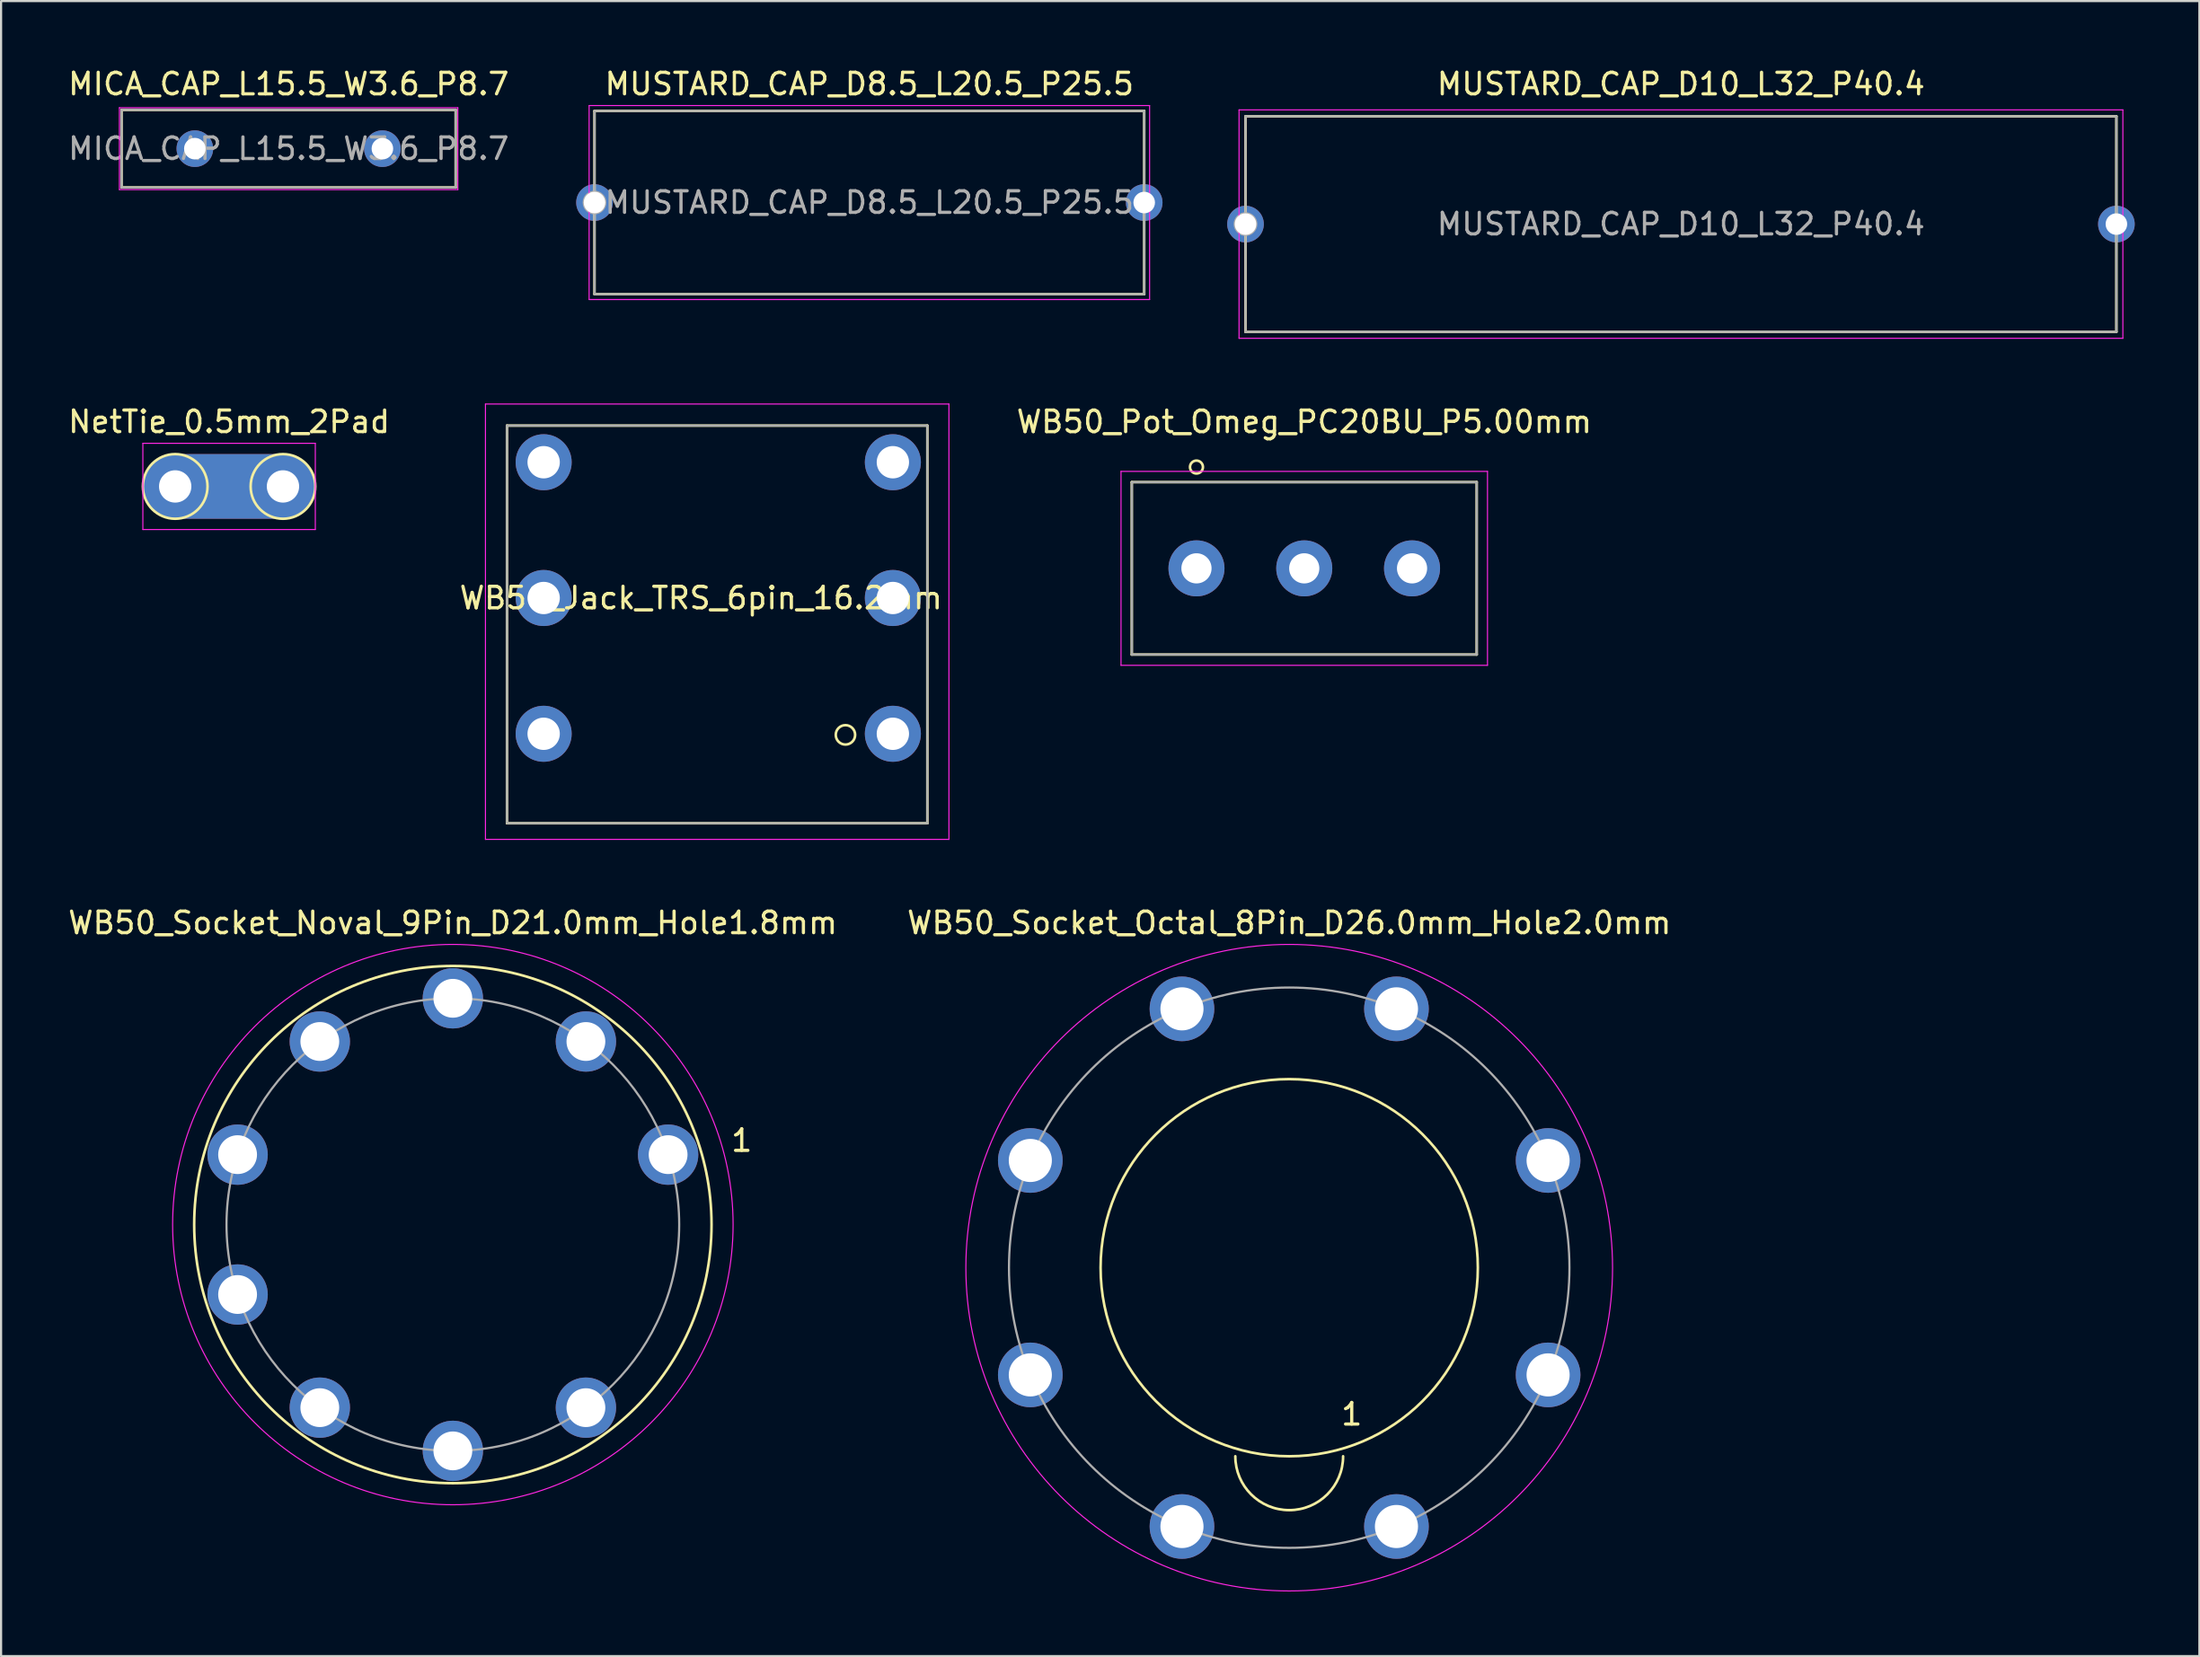
<source format=kicad_pcb>
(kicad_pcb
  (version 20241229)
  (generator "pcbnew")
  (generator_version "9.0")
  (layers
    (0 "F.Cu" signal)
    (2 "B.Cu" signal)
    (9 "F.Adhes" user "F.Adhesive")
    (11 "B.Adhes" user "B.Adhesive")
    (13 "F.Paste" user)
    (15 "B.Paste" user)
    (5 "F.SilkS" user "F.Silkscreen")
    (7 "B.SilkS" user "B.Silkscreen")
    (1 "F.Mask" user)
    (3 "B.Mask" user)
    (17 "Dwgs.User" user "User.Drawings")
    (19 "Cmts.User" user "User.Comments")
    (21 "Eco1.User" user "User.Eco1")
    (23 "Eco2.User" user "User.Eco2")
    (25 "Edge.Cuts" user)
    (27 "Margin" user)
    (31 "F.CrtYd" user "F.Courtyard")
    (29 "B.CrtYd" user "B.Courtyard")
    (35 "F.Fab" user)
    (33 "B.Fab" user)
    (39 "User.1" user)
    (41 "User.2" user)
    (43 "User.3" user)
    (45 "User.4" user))
  (footprint "WB50_Socket_Octal_8Pin_D26.0mm_Hole2.0mm"
    (layer "F.Cu")
    (at 56.756 55.772)
    (property "Reference" "WB50_Socket_Octal_8Pin_D26.0mm_Hole2.0mm" (at 0 -16 0) (layer "F.SilkS") (effects (font (size 1 1) (thickness 0.15))))
    (attr through_hole)
    (fp_arc (start 2.5 8.75) (mid 0 11.25) (end -2.5 8.75) (stroke (width 0.12) (type solid)) (layer "F.SilkS"))
    (fp_circle (center 0 0) (end 8.75 0) (stroke (width 0.12) (type solid)) (fill no) (layer "F.SilkS"))
    (fp_circle (center 0 0) (end 15 0) (stroke (width 0.05) (type solid)) (fill no) (layer "F.CrtYd"))
    (fp_circle (center 0 0) (end 13 0) (stroke (width 0.1) (type solid)) (fill no) (layer "F.Fab"))
    (fp_text user "1" (at 2.9 6.8 0) (layer "F.SilkS") (effects (font (size 1 1) (thickness 0.15))))
    (pad "1" thru_hole circle (at 4.975 12.01) (size 3 3) (drill 2) (layers "*.Cu" "*.Mask"))
    (pad "2" thru_hole circle (at 12.01 4.975) (size 3 3) (drill 2) (layers "*.Cu" "*.Mask"))
    (pad "3" thru_hole circle (at 12.01 -4.975) (size 3 3) (drill 2) (layers "*.Cu" "*.Mask"))
    (pad "4" thru_hole circle (at 4.975 -12.01) (size 3 3) (drill 2) (layers "*.Cu" "*.Mask"))
    (pad "5" thru_hole circle (at -4.975 -12.01) (size 3 3) (drill 2) (layers "*.Cu" "*.Mask"))
    (pad "6" thru_hole circle (at -12.01 -4.975) (size 3 3) (drill 2) (layers "*.Cu" "*.Mask"))
    (pad "7" thru_hole circle (at -12.01 4.975) (size 3 3) (drill 2) (layers "*.Cu" "*.Mask"))
    (pad "8" thru_hole circle (at -4.975 12.01) (size 3 3) (drill 2) (layers "*.Cu" "*.Mask")))
  (footprint "WB50_Jack_TRS_6pin_16.2mm"
    (layer "F.Cu")
    (at 30.27 24.698)
    (property "Reference" "WB50_Jack_TRS_6pin_16.2mm" (at -0.8 0 0) (layer "F.SilkS") (effects (font (size 1 1) (thickness 0.15))))
    (attr through_hole)
    (fp_line (start -9.8 -8) (end 9.7 -8) (stroke (width 0.12) (type solid)) (layer "F.SilkS"))
    (fp_line (start -9.8 10.45) (end -9.8 -8) (stroke (width 0.12) (type solid)) (layer "F.SilkS"))
    (fp_line (start 9.7 -8) (end 9.7 10.45) (stroke (width 0.12) (type solid)) (layer "F.SilkS"))
    (fp_line (start 9.7 10.45) (end -9.8 10.45) (stroke (width 0.12) (type solid)) (layer "F.SilkS"))
    (fp_circle (center 5.9 6.35) (end 5.9 5.9) (stroke (width 0.12) (type solid)) (fill no) (layer "F.SilkS"))
    (fp_line (start -10.8 -9) (end 10.7 -9) (stroke (width 0.05) (type solid)) (layer "F.CrtYd"))
    (fp_line (start -10.8 11.2) (end -10.8 -9) (stroke (width 0.05) (type solid)) (layer "F.CrtYd"))
    (fp_line (start 10.7 -9) (end 10.7 11.2) (stroke (width 0.05) (type solid)) (layer "F.CrtYd"))
    (fp_line (start 10.7 11.2) (end -10.8 11.2) (stroke (width 0.05) (type solid)) (layer "F.CrtYd"))
    (fp_line (start -9.8 -8) (end 9.7 -8) (stroke (width 0.1) (type solid)) (layer "F.Fab"))
    (fp_line (start -9.8 10.45) (end -9.8 -8) (stroke (width 0.1) (type solid)) (layer "F.Fab"))
    (fp_line (start 9.7 -8) (end 9.7 10.45) (stroke (width 0.1) (type solid)) (layer "F.Fab"))
    (fp_line (start 9.7 10.45) (end -9.75 10.45) (stroke (width 0.1) (type solid)) (layer "F.Fab"))
    (pad "1" thru_hole circle (at 8.1 6.3 270) (size 2.6 2.6) (drill 1.5) (layers "*.Cu" "*.Mask"))
    (pad "2" thru_hole circle (at 8.1 0 270) (size 2.6 2.6) (drill 1.5) (layers "*.Cu" "*.Mask"))
    (pad "3" thru_hole circle (at 8.1 -6.3 270) (size 2.6 2.6) (drill 1.5) (layers "*.Cu" "*.Mask"))
    (pad "4" thru_hole circle (at -8.1 -6.3 270) (size 2.6 2.6) (drill 1.5) (layers "*.Cu" "*.Mask"))
    (pad "5" thru_hole circle (at -8.1 0 270) (size 2.6 2.6) (drill 1.5) (layers "*.Cu" "*.Mask"))
    (pad "6" thru_hole circle (at -8.1 6.3 270) (size 2.6 2.6) (drill 1.5) (layers "*.Cu" "*.Mask")))
  (footprint "NetTie_0.5mm_2Pad"
    (layer "F.Cu")
    (at 7.577 19.521)
    (property "Reference" "NetTie_0.5mm_2Pad" (at 0 -3 0) (layer "F.SilkS") (effects (font (size 1 1) (thickness 0.15))))
    (attr exclude_from_pos_files exclude_from_bom)
    (fp_line (start -2.5 0) (end 2.5 0) (stroke (width 3) (type solid)) (layer "F.Cu"))
    (fp_line (start -2.5 0) (end 2.5 0) (stroke (width 3) (type solid)) (layer "B.Cu"))
    (fp_circle (center -2.5 0) (end -1 0) (stroke (width 0.12) (type solid)) (fill no) (layer "F.SilkS"))
    (fp_circle (center 2.5 0) (end 4 0) (stroke (width 0.12) (type solid)) (fill no) (layer "F.SilkS"))
    (fp_line (start -4 -2) (end -4 2) (stroke (width 0.05) (type solid)) (layer "F.CrtYd"))
    (fp_line (start -4 2) (end 4 2) (stroke (width 0.05) (type solid)) (layer "F.CrtYd"))
    (fp_line (start 4 -2) (end -4 -2) (stroke (width 0.05) (type solid)) (layer "F.CrtYd"))
    (fp_line (start 4 2) (end 4 -2) (stroke (width 0.05) (type solid)) (layer "F.CrtYd"))
    (pad "1" thru_hole circle (at -2.5 0) (size 3 3) (drill 1.5) (layers "*.Cu" "*.Mask"))
    (pad "2" thru_hole circle (at 2.5 0) (size 3 3) (drill 1.5) (layers "*.Cu" "*.Mask")))
  (footprint "WB50_Pot_Omeg_PC20BU_P5.00mm"
    (layer "F.Cu")
    (at 57.454 23.322)
    (property "Reference" "WB50_Pot_Omeg_PC20BU_P5.00mm" (at 0 -6.8 0) (layer "F.SilkS") (effects (font (size 1 1) (thickness 0.15))))
    (attr through_hole)
    (fp_line (start -8 -4) (end 8 -4) (stroke (width 0.12) (type solid)) (layer "F.SilkS"))
    (fp_line (start -8 4) (end -8 -4) (stroke (width 0.12) (type solid)) (layer "F.SilkS"))
    (fp_line (start 8 -4) (end 8 4) (stroke (width 0.12) (type solid)) (layer "F.SilkS"))
    (fp_line (start 8 4) (end -8 4) (stroke (width 0.12) (type solid)) (layer "F.SilkS"))
    (fp_circle (center -5 -4.7) (end -4.7 -4.7) (stroke (width 0.12) (type solid)) (fill no) (layer "F.SilkS"))
    (fp_line (start -8.5 -4.5) (end 8.5 -4.5) (stroke (width 0.05) (type solid)) (layer "F.CrtYd"))
    (fp_line (start -8.5 4.5) (end -8.5 -4.5) (stroke (width 0.05) (type solid)) (layer "F.CrtYd"))
    (fp_line (start 8.5 -4.5) (end 8.5 4.5) (stroke (width 0.05) (type solid)) (layer "F.CrtYd"))
    (fp_line (start 8.5 4.5) (end -8.5 4.5) (stroke (width 0.05) (type solid)) (layer "F.CrtYd"))
    (fp_line (start -8 -4) (end 8 -4) (stroke (width 0.1) (type solid)) (layer "F.Fab"))
    (fp_line (start -8 4) (end -8 -4) (stroke (width 0.1) (type solid)) (layer "F.Fab"))
    (fp_line (start 8 -4) (end 8 4) (stroke (width 0.1) (type solid)) (layer "F.Fab"))
    (fp_line (start 8 4) (end -8 4) (stroke (width 0.1) (type solid)) (layer "F.Fab"))
    (pad "1" thru_hole circle (at -5 0) (size 2.6 2.6) (drill 1.4) (layers "*.Cu" "*.Mask"))
    (pad "2" thru_hole circle (at 0 0) (size 2.6 2.6) (drill 1.4) (layers "*.Cu" "*.Mask"))
    (pad "3" thru_hole circle (at 5 0) (size 2.6 2.6) (drill 1.4) (layers "*.Cu" "*.Mask")))
  (footprint "MICA_CAP_L15.5_W3.6_P8.7"
    (layer "F.Cu")
    (at 10.339 3.848)
    (property "Reference" "MICA_CAP_L15.5_W3.6_P8.7" (at 0 -3 0) (layer "F.SilkS") (effects (font (size 1 1) (thickness 0.15))))
    (attr through_hole)
    (fp_line (start -7.75 -1.8) (end 7.75 -1.8) (stroke (width 0.12) (type solid)) (layer "F.SilkS"))
    (fp_line (start -7.75 1.8) (end -7.75 -1.8) (stroke (width 0.12) (type solid)) (layer "F.SilkS"))
    (fp_line (start 7.75 -1.8) (end 7.75 1.8) (stroke (width 0.12) (type solid)) (layer "F.SilkS"))
    (fp_line (start 7.75 1.8) (end -7.75 1.8) (stroke (width 0.12) (type solid)) (layer "F.SilkS"))
    (fp_line (start -7.85 -1.9) (end 7.85 -1.9) (stroke (width 0.05) (type solid)) (layer "F.CrtYd"))
    (fp_line (start -7.85 1.9) (end -7.85 -1.9) (stroke (width 0.05) (type solid)) (layer "F.CrtYd"))
    (fp_line (start 7.85 -1.9) (end 7.85 1.9) (stroke (width 0.05) (type solid)) (layer "F.CrtYd"))
    (fp_line (start 7.85 1.9) (end -7.85 1.9) (stroke (width 0.05) (type solid)) (layer "F.CrtYd"))
    (fp_line (start -7.75 -1.8) (end 7.75 -1.8) (stroke (width 0.1) (type solid)) (layer "F.Fab"))
    (fp_line (start -7.75 1.8) (end -7.75 -1.8) (stroke (width 0.1) (type solid)) (layer "F.Fab"))
    (fp_line (start 7.75 -1.8) (end 7.75 1.8) (stroke (width 0.1) (type solid)) (layer "F.Fab"))
    (fp_line (start 7.75 1.8) (end -7.75 1.8) (stroke (width 0.1) (type solid)) (layer "F.Fab"))
    (fp_text user "${REFERENCE}" (at 0 0 0) (layer "F.Fab") (effects (font (size 1 1) (thickness 0.15))))
    (pad "1" thru_hole circle (at -4.35 0) (size 1.7 1.7) (drill 1) (layers "*.Cu" "*.Mask"))
    (pad "2" thru_hole circle (at 4.35 0) (size 1.7 1.7) (drill 1) (layers "*.Cu" "*.Mask")))
  (footprint "WB50_Socket_Noval_9Pin_D21.0mm_Hole1.8mm"
    (layer "F.Cu")
    (at 17.958 53.772)
    (property "Reference" "WB50_Socket_Noval_9Pin_D21.0mm_Hole1.8mm" (at 0 -14 0) (layer "F.SilkS") (effects (font (size 1 1) (thickness 0.15))))
    (attr through_hole)
    (fp_circle (center 0 0) (end 12 0) (stroke (width 0.12) (type solid)) (fill no) (layer "F.SilkS"))
    (fp_circle (center 0 0) (end 13 0) (stroke (width 0.05) (type solid)) (fill no) (layer "F.CrtYd"))
    (fp_circle (center 0 0) (end 10.5 0) (stroke (width 0.1) (type solid)) (fill no) (layer "F.Fab"))
    (fp_text user "1" (at 13.4 -3.9 0) (layer "F.SilkS") (effects (font (size 1 1) (thickness 0.15))))
    (pad "1" thru_hole circle (at 9.986 -3.245) (size 2.8 2.8) (drill 1.8) (layers "*.Cu" "*.Mask"))
    (pad "2" thru_hole circle (at 6.172 -8.495) (size 2.8 2.8) (drill 1.8) (layers "*.Cu" "*.Mask"))
    (pad "3" thru_hole circle (at 0 -10.5) (size 2.8 2.8) (drill 1.8) (layers "*.Cu" "*.Mask"))
    (pad "4" thru_hole circle (at -6.172 -8.495) (size 2.8 2.8) (drill 1.8) (layers "*.Cu" "*.Mask"))
    (pad "5" thru_hole circle (at -9.986 -3.245) (size 2.8 2.8) (drill 1.8) (layers "*.Cu" "*.Mask"))
    (pad "6" thru_hole circle (at -9.986 3.245) (size 2.8 2.8) (drill 1.8) (layers "*.Cu" "*.Mask"))
    (pad "7" thru_hole circle (at -6.172 8.495) (size 2.8 2.8) (drill 1.8) (layers "*.Cu" "*.Mask"))
    (pad "8" thru_hole circle (at 0 10.5) (size 2.8 2.8) (drill 1.8) (layers "*.Cu" "*.Mask"))
    (pad "9" thru_hole circle (at 6.172 8.495) (size 2.8 2.8) (drill 1.8) (layers "*.Cu" "*.Mask")))
  (footprint "MUSTARD_CAP_D8.5_L20.5_P25.5"
    (layer "F.Cu")
    (at 37.279 6.348)
    (property "Reference" "MUSTARD_CAP_D8.5_L20.5_P25.5" (at 0 -5.5 0) (layer "F.SilkS") (effects (font (size 1 1) (thickness 0.15))))
    (attr through_hole)
    (fp_line (start -12.75 -4.25) (end 12.75 -4.25) (stroke (width 0.12) (type solid)) (layer "F.SilkS"))
    (fp_line (start -12.75 4.25) (end -12.75 -4.25) (stroke (width 0.12) (type solid)) (layer "F.SilkS"))
    (fp_line (start 12.75 -4.25) (end 12.75 4.25) (stroke (width 0.12) (type solid)) (layer "F.SilkS"))
    (fp_line (start 12.75 4.25) (end -12.75 4.25) (stroke (width 0.12) (type solid)) (layer "F.SilkS"))
    (fp_line (start -13 -4.5) (end 13 -4.5) (stroke (width 0.05) (type solid)) (layer "F.CrtYd"))
    (fp_line (start -13 4.5) (end -13 -4.5) (stroke (width 0.05) (type solid)) (layer "F.CrtYd"))
    (fp_line (start 13 -4.5) (end 13 4.5) (stroke (width 0.05) (type solid)) (layer "F.CrtYd"))
    (fp_line (start 13 4.5) (end -13 4.5) (stroke (width 0.05) (type solid)) (layer "F.CrtYd"))
    (fp_line (start -12.75 -4.25) (end 12.75 -4.25) (stroke (width 0.1) (type solid)) (layer "F.Fab"))
    (fp_line (start -12.75 4.25) (end -12.75 -4.25) (stroke (width 0.1) (type solid)) (layer "F.Fab"))
    (fp_line (start 12.75 -4.25) (end 12.75 4.25) (stroke (width 0.1) (type solid)) (layer "F.Fab"))
    (fp_line (start 12.75 4.25) (end -12.75 4.25) (stroke (width 0.1) (type solid)) (layer "F.Fab"))
    (fp_circle (center -12.75 0) (end -12.25 0) (stroke (width 0.1) (type solid)) (fill no) (layer "F.Fab"))
    (fp_text user "${REFERENCE}" (at 0 0 0) (layer "F.Fab") (effects (font (size 1 1) (thickness 0.15))))
    (pad "1" thru_hole circle (at -12.75 0) (size 1.7 1.7) (drill 1) (layers "*.Cu" "*.Mask"))
    (pad "2" thru_hole circle (at 12.75 0) (size 1.7 1.7) (drill 1) (layers "*.Cu" "*.Mask")))
  (footprint "MUSTARD_CAP_D10_L32_P40.4"
    (layer "F.Cu")
    (at 74.929 7.348)
    (property "Reference" "MUSTARD_CAP_D10_L32_P40.4" (at 0 -6.5 0) (layer "F.SilkS") (effects (font (size 1 1) (thickness 0.15))))
    (attr through_hole)
    (fp_line (start -20.2 -5) (end 20.2 -5) (stroke (width 0.12) (type solid)) (layer "F.SilkS"))
    (fp_line (start -20.2 5) (end -20.2 -5) (stroke (width 0.12) (type solid)) (layer "F.SilkS"))
    (fp_line (start 20.2 -5) (end 20.2 5) (stroke (width 0.12) (type solid)) (layer "F.SilkS"))
    (fp_line (start 20.2 5) (end -20.2 5) (stroke (width 0.12) (type solid)) (layer "F.SilkS"))
    (fp_line (start -20.5 -5.3) (end 20.5 -5.3) (stroke (width 0.05) (type solid)) (layer "F.CrtYd"))
    (fp_line (start -20.5 5.3) (end -20.5 -5.3) (stroke (width 0.05) (type solid)) (layer "F.CrtYd"))
    (fp_line (start 20.5 -5.3) (end 20.5 5.3) (stroke (width 0.05) (type solid)) (layer "F.CrtYd"))
    (fp_line (start 20.5 5.3) (end -20.5 5.3) (stroke (width 0.05) (type solid)) (layer "F.CrtYd"))
    (fp_line (start -20.2 -5) (end 20.2 -5) (stroke (width 0.1) (type solid)) (layer "F.Fab"))
    (fp_line (start -20.2 5) (end -20.2 -5) (stroke (width 0.1) (type solid)) (layer "F.Fab"))
    (fp_line (start 20.2 -5) (end 20.2 5) (stroke (width 0.1) (type solid)) (layer "F.Fab"))
    (fp_line (start 20.2 5) (end -20.2 5) (stroke (width 0.1) (type solid)) (layer "F.Fab"))
    (fp_circle (center -20.2 0) (end -19.7 0) (stroke (width 0.1) (type solid)) (fill no) (layer "F.Fab"))
    (fp_text user "${REFERENCE}" (at 0 0 0) (layer "F.Fab") (effects (font (size 1 1) (thickness 0.15))))
    (pad "1" thru_hole circle (at -20.2 0) (size 1.7 1.7) (drill 1) (layers "*.Cu" "*.Mask"))
    (pad "2" thru_hole circle (at 20.2 0) (size 1.7 1.7) (drill 1) (layers "*.Cu" "*.Mask")))
  (gr_rect
    (start -3 -3)
    (end 98.979 73.796)
    (stroke (width 0.1) (type default))
    (fill no)
    (layer "Edge.Cuts")))
</source>
